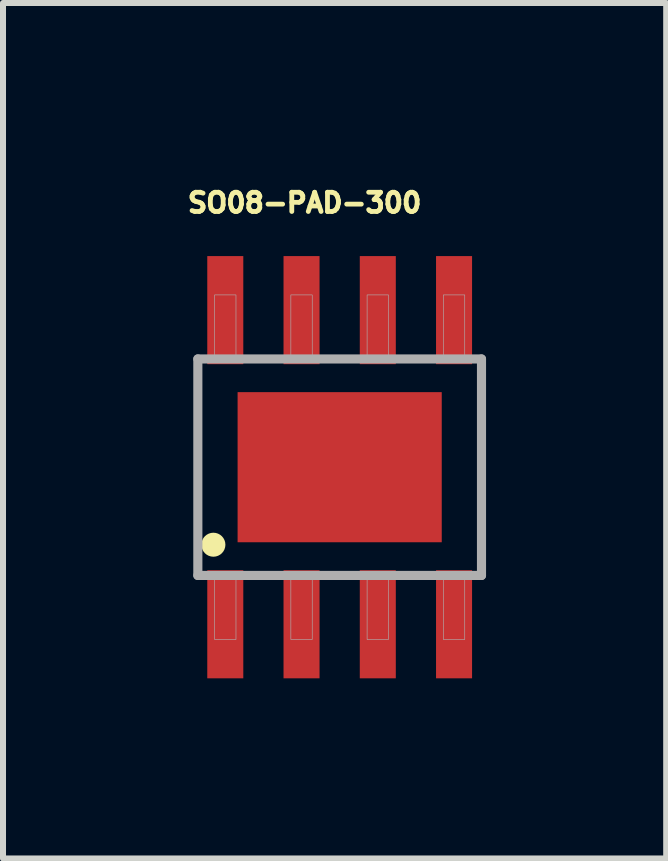
<source format=kicad_pcb>
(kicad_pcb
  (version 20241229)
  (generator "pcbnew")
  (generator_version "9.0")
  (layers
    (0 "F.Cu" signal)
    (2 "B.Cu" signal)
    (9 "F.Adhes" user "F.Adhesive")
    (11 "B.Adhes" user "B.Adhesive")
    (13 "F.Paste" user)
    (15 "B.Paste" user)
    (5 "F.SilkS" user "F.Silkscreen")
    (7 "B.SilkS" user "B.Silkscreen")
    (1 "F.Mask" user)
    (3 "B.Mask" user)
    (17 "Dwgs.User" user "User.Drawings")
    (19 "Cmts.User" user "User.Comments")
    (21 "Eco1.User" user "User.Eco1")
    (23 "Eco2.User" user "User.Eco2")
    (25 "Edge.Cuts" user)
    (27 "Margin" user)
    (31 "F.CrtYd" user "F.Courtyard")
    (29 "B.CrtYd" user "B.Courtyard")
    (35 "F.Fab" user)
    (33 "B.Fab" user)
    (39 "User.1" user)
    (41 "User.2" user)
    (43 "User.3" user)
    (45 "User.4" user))
  (footprint "SO08-PAD-300"
    (layer "F.Cu")
    (at 2.607 4.731)
    (property "Reference" "SO08-PAD-300" (at -0.584 -4.403 0) (layer "F.SilkS") (effects (font (size 0.32 0.32) (thickness 0.15))))
    (attr smd)
    (fp_circle (center -2.103 1.291) (end -2.003 1.291) (stroke (width 0.2) (type solid)) (fill no) (layer "F.SilkS"))
    (fp_poly (pts (xy -1.6 -1.2) (xy -0.2 -1.2) (xy -0.2 -0.2) (xy -1.6 -0.2)) (stroke (width 0.01) (type solid)) (fill yes) (layer "F.Paste"))
    (fp_poly (pts (xy -1.6 0.2) (xy -0.2 0.2) (xy -0.2 1.2) (xy -1.6 1.2)) (stroke (width 0.01) (type solid)) (fill yes) (layer "F.Paste"))
    (fp_poly (pts (xy 0.2 -1.2) (xy 1.6 -1.2) (xy 1.6 -0.2) (xy 0.2 -0.2)) (stroke (width 0.01) (type solid)) (fill yes) (layer "F.Paste"))
    (fp_poly (pts (xy 0.2 0.2) (xy 1.6 0.2) (xy 1.6 1.2) (xy 0.2 1.2)) (stroke (width 0.01) (type solid)) (fill yes) (layer "F.Paste"))
    (fp_line (start -2.362 -1.803) (end -2.362 1.803) (stroke (width 0.152) (type solid)) (layer "F.Fab"))
    (fp_line (start -2.362 1.803) (end 2.362 1.803) (stroke (width 0.152) (type solid)) (layer "F.Fab"))
    (fp_line (start 2.362 -1.803) (end -2.362 -1.803) (stroke (width 0.152) (type solid)) (layer "F.Fab"))
    (fp_line (start 2.362 1.803) (end 2.362 -1.803) (stroke (width 0.152) (type solid)) (layer "F.Fab"))
    (fp_poly (pts (xy -2.083 -2.87) (xy -1.727 -2.87) (xy -1.727 -1.854) (xy -2.083 -1.854)) (stroke (width 0.01) (type solid)) (fill no) (layer "F.Fab"))
    (fp_poly (pts (xy -2.083 1.854) (xy -1.727 1.854) (xy -1.727 2.87) (xy -2.083 2.87)) (stroke (width 0.01) (type solid)) (fill no) (layer "F.Fab"))
    (fp_poly (pts (xy -0.813 -2.87) (xy -0.457 -2.87) (xy -0.457 -1.854) (xy -0.813 -1.854)) (stroke (width 0.01) (type solid)) (fill no) (layer "F.Fab"))
    (fp_poly (pts (xy -0.813 1.854) (xy -0.457 1.854) (xy -0.457 2.87) (xy -0.813 2.87)) (stroke (width 0.01) (type solid)) (fill no) (layer "F.Fab"))
    (fp_poly (pts (xy 0.457 -2.87) (xy 0.813 -2.87) (xy 0.813 -1.854) (xy 0.457 -1.854)) (stroke (width 0.01) (type solid)) (fill no) (layer "F.Fab"))
    (fp_poly (pts (xy 0.457 1.854) (xy 0.813 1.854) (xy 0.813 2.87) (xy 0.457 2.87)) (stroke (width 0.01) (type solid)) (fill no) (layer "F.Fab"))
    (fp_poly (pts (xy 1.727 -2.87) (xy 2.083 -2.87) (xy 2.083 -1.854) (xy 1.727 -1.854)) (stroke (width 0.01) (type solid)) (fill no) (layer "F.Fab"))
    (fp_poly (pts (xy 1.727 1.854) (xy 2.083 1.854) (xy 2.083 2.87) (xy 1.727 2.87)) (stroke (width 0.01) (type solid)) (fill no) (layer "F.Fab"))
    (pad "1" smd rect (at -1.905 2.616) (size 0.6 1.8) (layers "F.Cu" "F.Mask" "F.Paste"))
    (pad "2" smd rect (at -0.635 2.616) (size 0.6 1.8) (layers "F.Cu" "F.Mask" "F.Paste"))
    (pad "3" smd rect (at 0.635 2.616) (size 0.6 1.8) (layers "F.Cu" "F.Mask" "F.Paste"))
    (pad "4" smd rect (at 1.905 2.616) (size 0.6 1.8) (layers "F.Cu" "F.Mask" "F.Paste"))
    (pad "5" smd rect (at 1.905 -2.616) (size 0.6 1.8) (layers "F.Cu" "F.Mask" "F.Paste"))
    (pad "6" smd rect (at 0.635 -2.616) (size 0.6 1.8) (layers "F.Cu" "F.Mask" "F.Paste"))
    (pad "7" smd rect (at -0.635 -2.616) (size 0.6 1.8) (layers "F.Cu" "F.Mask" "F.Paste"))
    (pad "8" smd rect (at -1.905 -2.616) (size 0.6 1.8) (layers "F.Cu" "F.Mask" "F.Paste"))
    (pad "PAD" smd rect (at 0 0) (size 3.4 2.5) (layers "F.Cu" "F.Mask")))
  (gr_rect
    (start -3 -3)
    (end 8.045 11.247)
    (stroke (width 0.1) (type default))
    (fill no)
    (layer "Edge.Cuts")))
</source>
